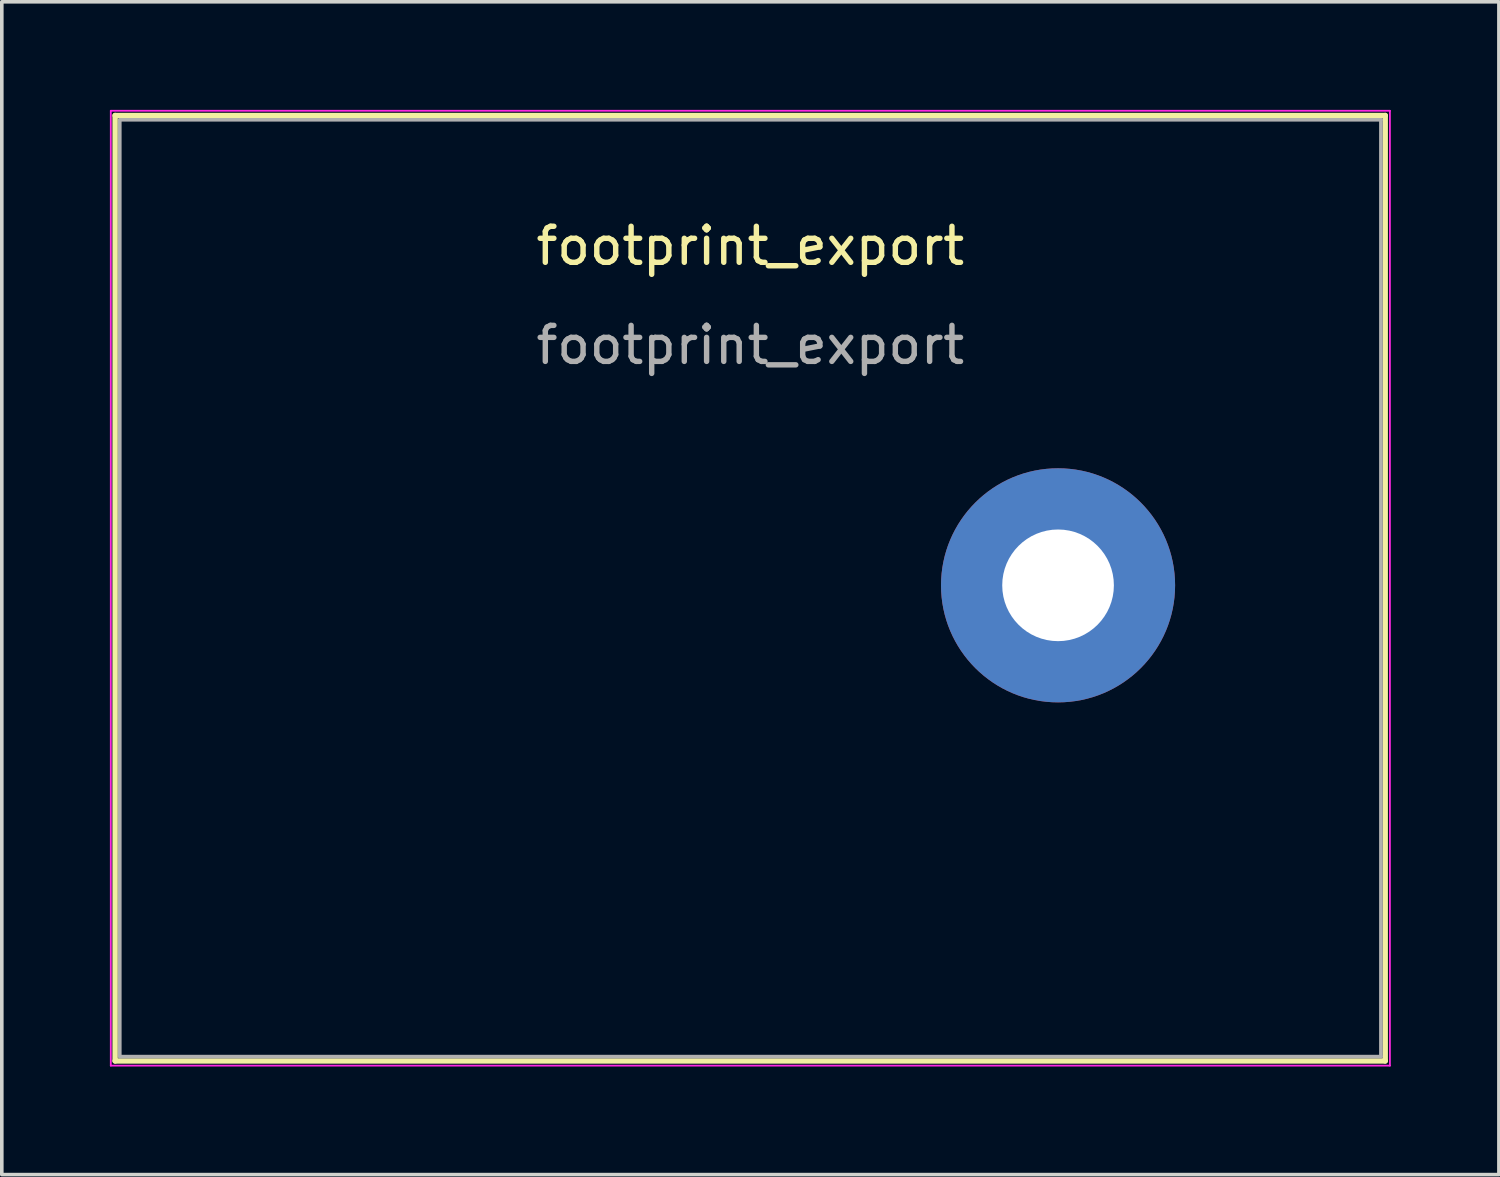
<source format=kicad_pcb>
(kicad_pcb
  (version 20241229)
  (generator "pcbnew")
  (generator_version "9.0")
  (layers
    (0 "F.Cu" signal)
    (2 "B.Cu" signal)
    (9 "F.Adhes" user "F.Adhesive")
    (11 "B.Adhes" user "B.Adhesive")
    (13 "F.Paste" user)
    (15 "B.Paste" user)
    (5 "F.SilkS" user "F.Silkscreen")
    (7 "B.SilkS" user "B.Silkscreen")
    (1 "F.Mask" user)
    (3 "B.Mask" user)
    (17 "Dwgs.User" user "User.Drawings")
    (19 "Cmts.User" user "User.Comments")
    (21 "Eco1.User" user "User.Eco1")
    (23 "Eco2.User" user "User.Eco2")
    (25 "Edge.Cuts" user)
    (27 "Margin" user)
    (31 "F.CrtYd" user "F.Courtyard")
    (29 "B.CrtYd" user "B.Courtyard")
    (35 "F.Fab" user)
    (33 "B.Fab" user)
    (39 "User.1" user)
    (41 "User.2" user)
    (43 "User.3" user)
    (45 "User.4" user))
  (footprint "footprint_export"
    (layer "F.Cu")
    (at 26.315 13.195)
    (property "Reference" "footprint_export" (at -8.54 -9.42 0) (layer "F.SilkS") (effects (font (size 1 1) (thickness 0.15))))
    (attr through_hole)
    (fp_line (start -26.17 -13.04) (end -26.17 13.2) (stroke (width 0.15) (type solid)) (layer "F.SilkS"))
    (fp_line (start -26.17 13.2) (end 9.08 13.2) (stroke (width 0.15) (type solid)) (layer "F.SilkS"))
    (fp_line (start 9.08 -13.04) (end -26.17 -13.04) (stroke (width 0.15) (type solid)) (layer "F.SilkS"))
    (fp_line (start 9.08 13.2) (end 9.08 -13.04) (stroke (width 0.15) (type solid)) (layer "F.SilkS"))
    (fp_line (start -26.29 -13.17) (end -26.29 13.33) (stroke (width 0.05) (type solid)) (layer "F.CrtYd"))
    (fp_line (start -26.29 -13.17) (end 9.21 -13.17) (stroke (width 0.05) (type solid)) (layer "F.CrtYd"))
    (fp_line (start 9.21 13.33) (end -26.29 13.33) (stroke (width 0.05) (type solid)) (layer "F.CrtYd"))
    (fp_line (start 9.21 13.33) (end 9.21 -13.17) (stroke (width 0.05) (type solid)) (layer "F.CrtYd"))
    (fp_line (start -26.04 -12.92) (end 8.96 -12.92) (stroke (width 0.1) (type solid)) (layer "F.Fab"))
    (fp_line (start -26.04 13.08) (end -26.04 -12.92) (stroke (width 0.1) (type solid)) (layer "F.Fab"))
    (fp_line (start 8.96 -12.92) (end 8.96 13.08) (stroke (width 0.1) (type solid)) (layer "F.Fab"))
    (fp_line (start 8.96 13.08) (end -26.04 13.08) (stroke (width 0.1) (type solid)) (layer "F.Fab"))
    (fp_text user "${REFERENCE}" (at -8.54 -6.67 0) (layer "F.Fab") (effects (font (size 1 1) (thickness 0.15))))
    (pad "1" thru_hole circle (at 0 0) (size 6.497 6.497) (drill 3.099) (layers "*.Cu" "*.Mask")))
  (gr_rect
    (start -3 -3)
    (end 38.55 29.55)
    (stroke (width 0.1) (type default))
    (fill no)
    (layer "Edge.Cuts")))
</source>
